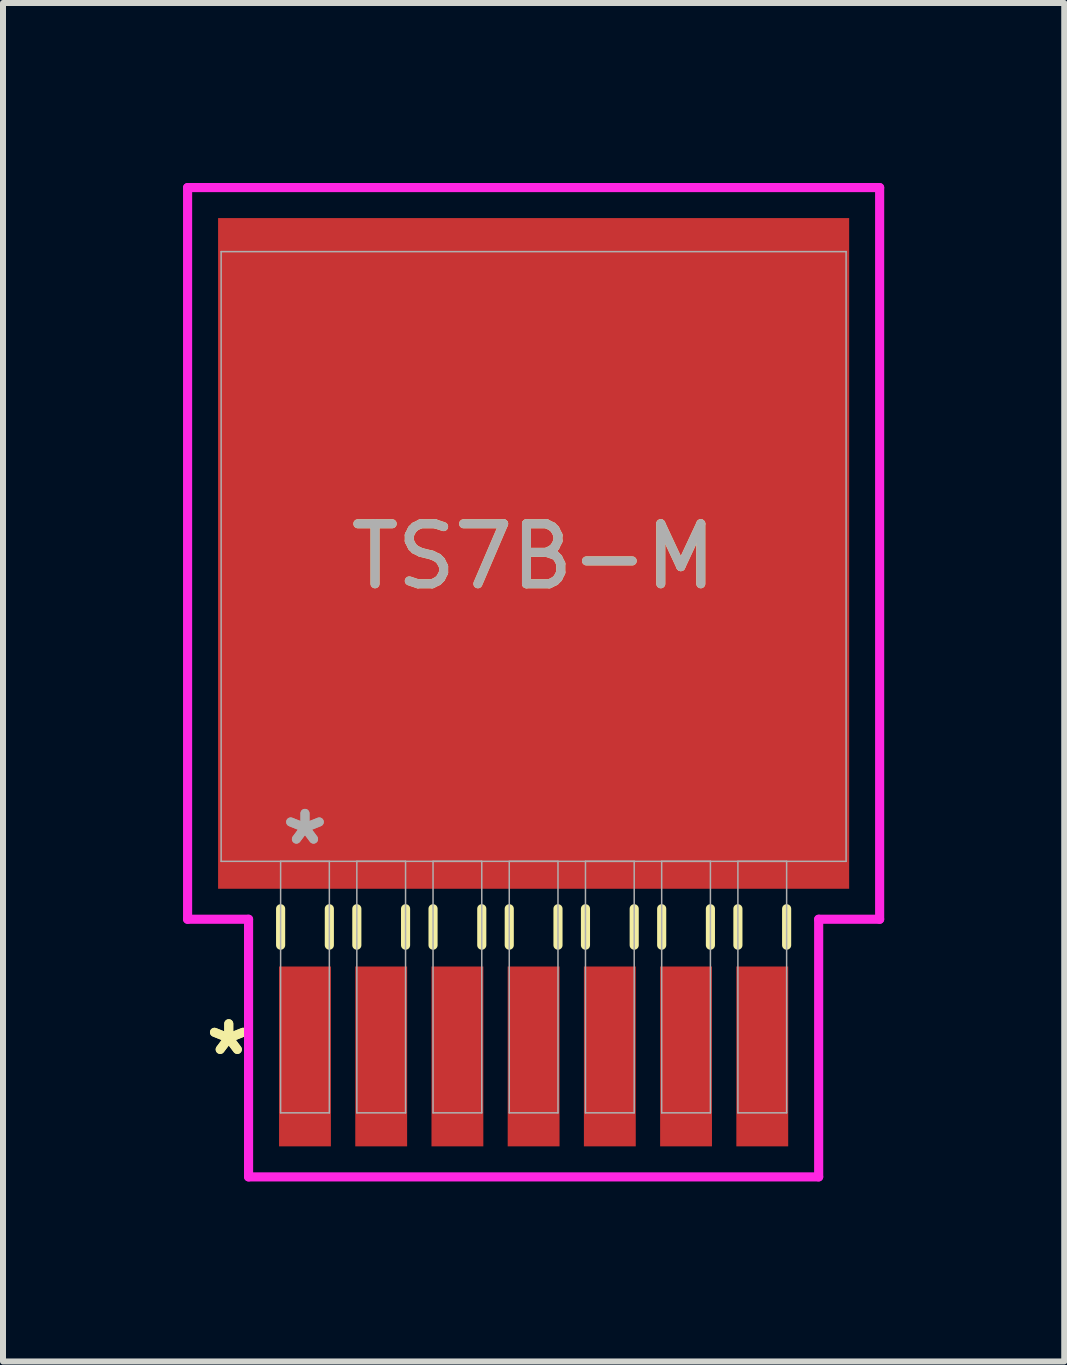
<source format=kicad_pcb>
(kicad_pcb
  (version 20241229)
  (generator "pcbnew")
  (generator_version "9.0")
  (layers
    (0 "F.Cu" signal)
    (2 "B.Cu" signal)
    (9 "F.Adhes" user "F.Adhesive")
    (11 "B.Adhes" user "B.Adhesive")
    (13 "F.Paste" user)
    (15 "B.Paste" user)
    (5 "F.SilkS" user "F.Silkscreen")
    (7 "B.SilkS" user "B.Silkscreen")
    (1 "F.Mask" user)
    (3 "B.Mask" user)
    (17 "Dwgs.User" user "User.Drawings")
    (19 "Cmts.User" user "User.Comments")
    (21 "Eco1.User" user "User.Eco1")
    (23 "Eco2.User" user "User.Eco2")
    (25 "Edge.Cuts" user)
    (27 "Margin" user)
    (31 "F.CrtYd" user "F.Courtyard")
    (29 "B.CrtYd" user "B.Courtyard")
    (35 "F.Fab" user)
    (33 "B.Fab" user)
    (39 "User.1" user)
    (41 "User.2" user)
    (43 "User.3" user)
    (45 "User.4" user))
  (footprint "TS7B-M"
    (layer "F.Cu")
    (at 5.842 6.223)
    (property "Reference" "TS7B-M" (at 0 0 0) (unlocked yes) (layer "F.SilkS") (effects (font (size 1 1) (thickness 0.15))))
    (attr smd)
    (fp_line (start -4.216 5.87) (end -4.216 6.477) (stroke (width 0.152) (type solid)) (layer "F.SilkS"))
    (fp_line (start -3.404 5.87) (end -3.404 6.477) (stroke (width 0.152) (type solid)) (layer "F.SilkS"))
    (fp_line (start -2.946 5.87) (end -2.946 6.477) (stroke (width 0.152) (type solid)) (layer "F.SilkS"))
    (fp_line (start -2.134 5.87) (end -2.134 6.477) (stroke (width 0.152) (type solid)) (layer "F.SilkS"))
    (fp_line (start -1.676 5.87) (end -1.676 6.477) (stroke (width 0.152) (type solid)) (layer "F.SilkS"))
    (fp_line (start -0.864 5.87) (end -0.864 6.477) (stroke (width 0.152) (type solid)) (layer "F.SilkS"))
    (fp_line (start -0.406 5.87) (end -0.406 6.477) (stroke (width 0.152) (type solid)) (layer "F.SilkS"))
    (fp_line (start 0.406 5.87) (end 0.406 6.477) (stroke (width 0.152) (type solid)) (layer "F.SilkS"))
    (fp_line (start 0.864 5.87) (end 0.864 6.477) (stroke (width 0.152) (type solid)) (layer "F.SilkS"))
    (fp_line (start 1.676 5.87) (end 1.676 6.477) (stroke (width 0.152) (type solid)) (layer "F.SilkS"))
    (fp_line (start 2.134 5.87) (end 2.134 6.477) (stroke (width 0.152) (type solid)) (layer "F.SilkS"))
    (fp_line (start 2.946 5.87) (end 2.946 6.477) (stroke (width 0.152) (type solid)) (layer "F.SilkS"))
    (fp_line (start 3.404 5.87) (end 3.404 6.477) (stroke (width 0.152) (type solid)) (layer "F.SilkS"))
    (fp_line (start 4.216 5.87) (end 4.216 6.477) (stroke (width 0.152) (type solid)) (layer "F.SilkS"))
    (fp_line (start -5.766 -6.147) (end 5.766 -6.147) (stroke (width 0.152) (type solid)) (layer "F.CrtYd"))
    (fp_line (start -5.766 6.045) (end -5.766 -6.147) (stroke (width 0.152) (type solid)) (layer "F.CrtYd"))
    (fp_line (start -4.75 6.045) (end -5.766 6.045) (stroke (width 0.152) (type solid)) (layer "F.CrtYd"))
    (fp_line (start -4.75 10.338) (end -4.75 6.045) (stroke (width 0.152) (type solid)) (layer "F.CrtYd"))
    (fp_line (start 4.75 6.045) (end 4.75 10.338) (stroke (width 0.152) (type solid)) (layer "F.CrtYd"))
    (fp_line (start 4.75 10.338) (end -4.75 10.338) (stroke (width 0.152) (type solid)) (layer "F.CrtYd"))
    (fp_line (start 5.766 -6.147) (end 5.766 6.045) (stroke (width 0.152) (type solid)) (layer "F.CrtYd"))
    (fp_line (start 5.766 6.045) (end 4.75 6.045) (stroke (width 0.152) (type solid)) (layer "F.CrtYd"))
    (fp_line (start -5.207 -5.08) (end -5.207 5.08) (stroke (width 0.025) (type solid)) (layer "F.Fab"))
    (fp_line (start -5.207 5.08) (end 5.207 5.08) (stroke (width 0.025) (type solid)) (layer "F.Fab"))
    (fp_line (start -4.216 5.08) (end -4.216 9.271) (stroke (width 0.025) (type solid)) (layer "F.Fab"))
    (fp_line (start -4.216 9.271) (end -3.404 9.271) (stroke (width 0.025) (type solid)) (layer "F.Fab"))
    (fp_line (start -3.404 5.08) (end -4.216 5.08) (stroke (width 0.025) (type solid)) (layer "F.Fab"))
    (fp_line (start -3.404 9.271) (end -3.404 5.08) (stroke (width 0.025) (type solid)) (layer "F.Fab"))
    (fp_line (start -2.946 5.08) (end -2.946 9.271) (stroke (width 0.025) (type solid)) (layer "F.Fab"))
    (fp_line (start -2.946 9.271) (end -2.134 9.271) (stroke (width 0.025) (type solid)) (layer "F.Fab"))
    (fp_line (start -2.134 5.08) (end -2.946 5.08) (stroke (width 0.025) (type solid)) (layer "F.Fab"))
    (fp_line (start -2.134 9.271) (end -2.134 5.08) (stroke (width 0.025) (type solid)) (layer "F.Fab"))
    (fp_line (start -1.676 5.08) (end -1.676 9.271) (stroke (width 0.025) (type solid)) (layer "F.Fab"))
    (fp_line (start -1.676 9.271) (end -0.864 9.271) (stroke (width 0.025) (type solid)) (layer "F.Fab"))
    (fp_line (start -0.864 5.08) (end -1.676 5.08) (stroke (width 0.025) (type solid)) (layer "F.Fab"))
    (fp_line (start -0.864 9.271) (end -0.864 5.08) (stroke (width 0.025) (type solid)) (layer "F.Fab"))
    (fp_line (start -0.406 5.08) (end -0.406 9.271) (stroke (width 0.025) (type solid)) (layer "F.Fab"))
    (fp_line (start -0.406 9.271) (end 0.406 9.271) (stroke (width 0.025) (type solid)) (layer "F.Fab"))
    (fp_line (start 0.406 5.08) (end -0.406 5.08) (stroke (width 0.025) (type solid)) (layer "F.Fab"))
    (fp_line (start 0.406 9.271) (end 0.406 5.08) (stroke (width 0.025) (type solid)) (layer "F.Fab"))
    (fp_line (start 0.864 5.08) (end 0.864 9.271) (stroke (width 0.025) (type solid)) (layer "F.Fab"))
    (fp_line (start 0.864 9.271) (end 1.676 9.271) (stroke (width 0.025) (type solid)) (layer "F.Fab"))
    (fp_line (start 1.676 5.08) (end 0.864 5.08) (stroke (width 0.025) (type solid)) (layer "F.Fab"))
    (fp_line (start 1.676 9.271) (end 1.676 5.08) (stroke (width 0.025) (type solid)) (layer "F.Fab"))
    (fp_line (start 2.134 5.08) (end 2.134 9.271) (stroke (width 0.025) (type solid)) (layer "F.Fab"))
    (fp_line (start 2.134 9.271) (end 2.946 9.271) (stroke (width 0.025) (type solid)) (layer "F.Fab"))
    (fp_line (start 2.946 5.08) (end 2.134 5.08) (stroke (width 0.025) (type solid)) (layer "F.Fab"))
    (fp_line (start 2.946 9.271) (end 2.946 5.08) (stroke (width 0.025) (type solid)) (layer "F.Fab"))
    (fp_line (start 3.404 5.08) (end 3.404 9.271) (stroke (width 0.025) (type solid)) (layer "F.Fab"))
    (fp_line (start 3.404 9.271) (end 4.216 9.271) (stroke (width 0.025) (type solid)) (layer "F.Fab"))
    (fp_line (start 4.216 5.08) (end 3.404 5.08) (stroke (width 0.025) (type solid)) (layer "F.Fab"))
    (fp_line (start 4.216 9.271) (end 4.216 5.08) (stroke (width 0.025) (type solid)) (layer "F.Fab"))
    (fp_line (start 5.207 -5.08) (end -5.207 -5.08) (stroke (width 0.025) (type solid)) (layer "F.Fab"))
    (fp_line (start 5.207 5.08) (end 5.207 -5.08) (stroke (width 0.025) (type solid)) (layer "F.Fab"))
    (fp_text user "*" (at -5.08 8.331 0) (layer "F.SilkS") (effects (font (size 1 1) (thickness 0.15))))
    (fp_text user "*" (at -5.08 8.331 0) (unlocked yes) (layer "F.SilkS") (effects (font (size 1 1) (thickness 0.15))))
    (fp_text user "*" (at -3.81 4.826 0) (layer "F.Fab") (effects (font (size 1 1) (thickness 0.15))))
    (fp_text user "${REFERENCE}" (at 0 0 0) (unlocked yes) (layer "F.Fab") (effects (font (size 1 1) (thickness 0.15))))
    (fp_text user "*" (at -3.81 4.826 0) (unlocked yes) (layer "F.Fab") (effects (font (size 1 1) (thickness 0.15))))
    (pad "1" smd rect (at -3.81 8.331) (size 0.864 2.997) (layers "F.Cu" "F.Mask" "F.Paste"))
    (pad "2" smd rect (at -2.54 8.331) (size 0.864 2.997) (layers "F.Cu" "F.Mask" "F.Paste"))
    (pad "3" smd rect (at -1.27 8.331) (size 0.864 2.997) (layers "F.Cu" "F.Mask" "F.Paste"))
    (pad "4" smd rect (at 0 8.331) (size 0.864 2.997) (layers "F.Cu" "F.Mask" "F.Paste"))
    (pad "5" smd rect (at 1.27 8.331) (size 0.864 2.997) (layers "F.Cu" "F.Mask" "F.Paste"))
    (pad "6" smd rect (at 2.54 8.331) (size 0.864 2.997) (layers "F.Cu" "F.Mask" "F.Paste"))
    (pad "7" smd rect (at 3.81 8.331) (size 0.864 2.997) (layers "F.Cu" "F.Mask" "F.Paste"))
    (pad "8" smd rect (at 0 -0.051) (size 10.516 11.176) (layers "F.Cu" "F.Mask" "F.Paste")))
  (gr_rect
    (start -3 -3)
    (end 14.684 19.637)
    (stroke (width 0.1) (type default))
    (fill no)
    (layer "Edge.Cuts")))
</source>
